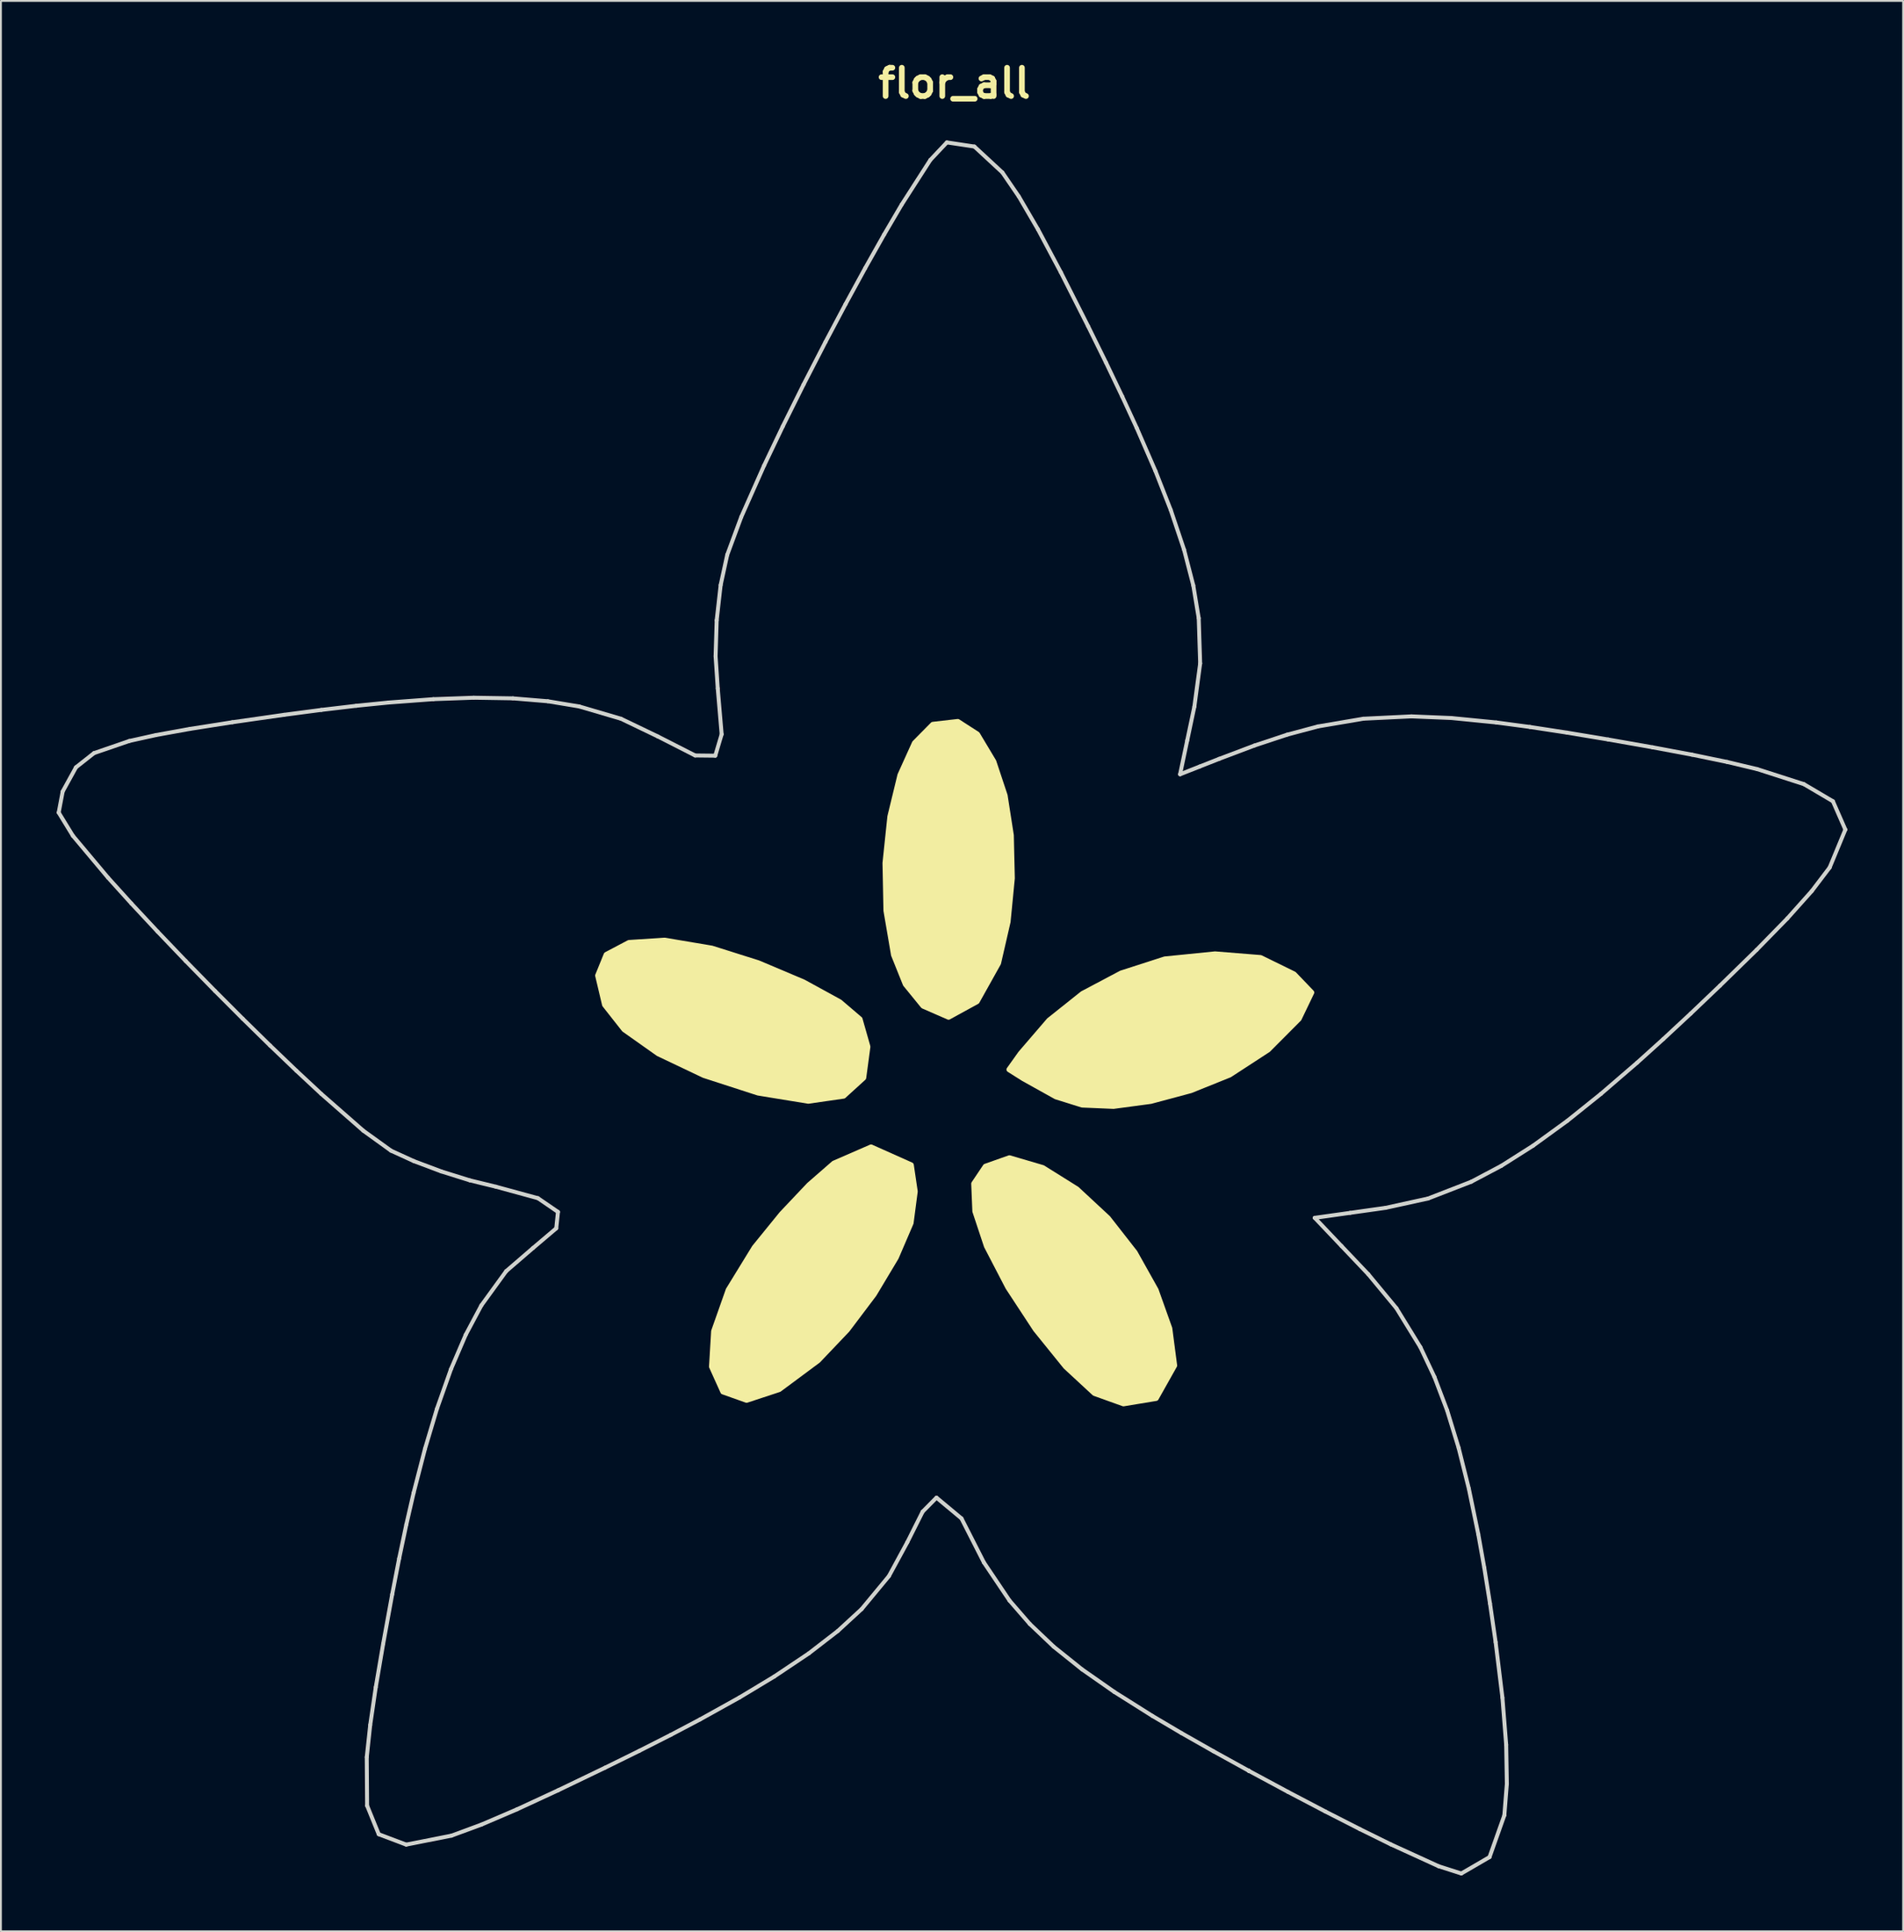
<source format=kicad_pcb>
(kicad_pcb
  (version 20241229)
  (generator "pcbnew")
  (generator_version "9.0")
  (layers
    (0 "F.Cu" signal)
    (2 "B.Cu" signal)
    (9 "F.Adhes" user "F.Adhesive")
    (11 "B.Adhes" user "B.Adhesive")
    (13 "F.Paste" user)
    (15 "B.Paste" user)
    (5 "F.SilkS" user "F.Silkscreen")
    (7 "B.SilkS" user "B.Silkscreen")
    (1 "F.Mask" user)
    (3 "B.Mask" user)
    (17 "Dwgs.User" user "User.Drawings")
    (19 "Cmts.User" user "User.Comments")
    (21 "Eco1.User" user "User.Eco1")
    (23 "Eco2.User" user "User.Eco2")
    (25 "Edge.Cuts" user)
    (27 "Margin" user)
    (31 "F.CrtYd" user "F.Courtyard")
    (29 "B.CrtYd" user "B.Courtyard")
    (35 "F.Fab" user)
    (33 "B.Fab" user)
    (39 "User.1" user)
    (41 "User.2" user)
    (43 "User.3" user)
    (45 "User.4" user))
  (footprint "flor_all"
    (layer "F.Cu")
    (at 48.275 51.103)
    (property "Reference" "flor_all" (at 0 -49.677 0) (layer "F.SilkS") (effects (font (size 1.524 1.524) (thickness 0.305))))
    (attr smd)
    (fp_poly (pts (xy -10.559 4.613) (xy -13.47 3.67) (xy -15.926 2.502) (xy -17.759 1.206) (xy -18.806 -0.123) (xy -19.178 -1.696) (xy -18.72 -2.821) (xy -17.5 -3.465) (xy -15.585 -3.589) (xy -13.043 -3.16) (xy -10.542 -2.369) (xy -8.118 -1.344) (xy -6.167 -0.275) (xy -5.084 0.649) (xy -4.662 2.13) (xy -4.887 3.802) (xy -5.961 4.78) (xy -7.86 5.054) (xy -10.559 4.613)) (stroke (width 0.286) (type solid)) (fill yes) (layer "F.SilkS"))
    (fp_poly (pts (xy 7.53 20.766) (xy 5.981 19.333) (xy 4.365 17.334) (xy 2.881 15.072) (xy 1.728 12.853) (xy 1.106 10.98) (xy 1.045 9.495) (xy 1.668 8.567) (xy 2.955 8.112) (xy 4.749 8.639) (xy 6.579 9.784) (xy 8.257 11.343) (xy 9.704 13.194) (xy 10.836 15.214) (xy 11.573 17.282) (xy 11.833 19.274) (xy 10.843 21.035) (xy 9.089 21.326) (xy 7.53 20.766)) (stroke (width 0.286) (type solid)) (fill yes) (layer "F.SilkS"))
    (fp_poly (pts (xy -12.445 20.685) (xy -13.055 19.335) (xy -12.941 17.429) (xy -12.157 15.209) (xy -10.754 12.923) (xy -9.287 11.118) (xy -7.818 9.564) (xy -6.484 8.401) (xy -4.483 7.53) (xy -2.328 8.493) (xy -2.117 9.915) (xy -2.34 11.61) (xy -3.137 13.466) (xy -4.322 15.445) (xy -5.763 17.355) (xy -7.331 19.003) (xy -9.425 20.558) (xy -11.177 21.135) (xy -12.445 20.685) (xy -12.445 20.685)) (stroke (width 0.286) (type solid)) (fill yes) (layer "F.SilkS"))
    (fp_poly (pts (xy -1.681 -0.059) (xy -2.634 -1.229) (xy -3.267 -2.805) (xy -3.674 -5.186) (xy -3.726 -7.743) (xy -3.463 -10.249) (xy -2.922 -12.477) (xy -2.142 -14.201) (xy -1.161 -15.195) (xy 0.181 -15.349) (xy 1.23 -14.673) (xy 2.109 -13.205) (xy 2.717 -11.376) (xy 3.05 -9.237) (xy 3.104 -6.928) (xy 2.876 -4.59) (xy 2.364 -2.362) (xy 1.212 -0.3) (xy -0.315 0.537) (xy -1.681 -0.059)) (stroke (width 0.286) (type solid)) (fill yes) (layer "F.SilkS"))
    (fp_poly (pts (xy 6.866 5.259) (xy 5.46 4.819) (xy 3.709 3.844) (xy 2.94 3.358) (xy 3.561 2.488) (xy 5.086 0.714) (xy 6.89 -0.724) (xy 8.969 -1.824) (xy 11.315 -2.58) (xy 14.014 -2.851) (xy 16.459 -2.655) (xy 18.259 -1.773) (xy 19.207 -0.784) (xy 18.528 0.629) (xy 16.87 2.294) (xy 14.797 3.644) (xy 12.703 4.487) (xy 10.563 5.061) (xy 8.556 5.331) (xy 6.866 5.259)) (stroke (width 0.286) (type solid)) (fill yes) (layer "F.SilkS"))
    (fp_line (start -48.169 -10.458) (end -47.954 -11.593) (stroke (width 0.212) (type solid)) (layer "Edge.Cuts"))
    (fp_line (start -47.954 -11.593) (end -47.238 -12.894) (stroke (width 0.212) (type solid)) (layer "Edge.Cuts"))
    (fp_line (start -47.405 -9.211) (end -48.169 -10.458) (stroke (width 0.212) (type solid)) (layer "Edge.Cuts"))
    (fp_line (start -47.238 -12.894) (end -46.27 -13.657) (stroke (width 0.212) (type solid)) (layer "Edge.Cuts"))
    (fp_line (start -46.27 -13.657) (end -44.372 -14.309) (stroke (width 0.212) (type solid)) (layer "Edge.Cuts"))
    (fp_line (start -45.517 -6.961) (end -47.405 -9.211) (stroke (width 0.212) (type solid)) (layer "Edge.Cuts"))
    (fp_line (start -44.372 -14.309) (end -42.938 -14.627) (stroke (width 0.212) (type solid)) (layer "Edge.Cuts"))
    (fp_line (start -44.26 -5.57) (end -45.517 -6.961) (stroke (width 0.212) (type solid)) (layer "Edge.Cuts"))
    (fp_line (start -42.938 -14.627) (end -41.108 -14.959) (stroke (width 0.212) (type solid)) (layer "Edge.Cuts"))
    (fp_line (start -42.853 -4.061) (end -44.26 -5.57) (stroke (width 0.212) (type solid)) (layer "Edge.Cuts"))
    (fp_line (start -41.338 -2.477) (end -42.853 -4.061) (stroke (width 0.212) (type solid)) (layer "Edge.Cuts"))
    (fp_line (start -41.108 -14.959) (end -38.829 -15.317) (stroke (width 0.212) (type solid)) (layer "Edge.Cuts"))
    (fp_line (start -39.759 -0.864) (end -41.338 -2.477) (stroke (width 0.212) (type solid)) (layer "Edge.Cuts"))
    (fp_line (start -38.829 -15.317) (end -36.045 -15.716) (stroke (width 0.212) (type solid)) (layer "Edge.Cuts"))
    (fp_line (start -38.271 0.626) (end -39.759 -0.864) (stroke (width 0.212) (type solid)) (layer "Edge.Cuts"))
    (fp_line (start -36.799 2.069) (end -38.271 0.626) (stroke (width 0.212) (type solid)) (layer "Edge.Cuts"))
    (fp_line (start -36.045 -15.716) (end -34.044 -15.98) (stroke (width 0.212) (type solid)) (layer "Edge.Cuts"))
    (fp_line (start -35.38 3.428) (end -36.799 2.069) (stroke (width 0.212) (type solid)) (layer "Edge.Cuts"))
    (fp_line (start -34.049 4.667) (end -35.38 3.428) (stroke (width 0.212) (type solid)) (layer "Edge.Cuts"))
    (fp_line (start -34.044 -15.98) (end -32.173 -16.201) (stroke (width 0.212) (type solid)) (layer "Edge.Cuts"))
    (fp_line (start -32.173 -16.201) (end -30.425 -16.377) (stroke (width 0.212) (type solid)) (layer "Edge.Cuts"))
    (fp_line (start -31.788 6.647) (end -34.049 4.667) (stroke (width 0.212) (type solid)) (layer "Edge.Cuts"))
    (fp_line (start -31.603 40.334) (end -31.417 38.604) (stroke (width 0.212) (type solid)) (layer "Edge.Cuts"))
    (fp_line (start -31.584 42.94) (end -31.603 40.334) (stroke (width 0.212) (type solid)) (layer "Edge.Cuts"))
    (fp_line (start -31.417 38.604) (end -31.119 36.575) (stroke (width 0.212) (type solid)) (layer "Edge.Cuts"))
    (fp_line (start -31.119 36.575) (end -30.72 34.238) (stroke (width 0.212) (type solid)) (layer "Edge.Cuts"))
    (fp_line (start -30.958 44.478) (end -31.584 42.94) (stroke (width 0.212) (type solid)) (layer "Edge.Cuts"))
    (fp_line (start -30.72 34.238) (end -30.235 31.58) (stroke (width 0.212) (type solid)) (layer "Edge.Cuts"))
    (fp_line (start -30.425 -16.377) (end -28.019 -16.557) (stroke (width 0.212) (type solid)) (layer "Edge.Cuts"))
    (fp_line (start -30.297 7.722) (end -31.788 6.647) (stroke (width 0.212) (type solid)) (layer "Edge.Cuts"))
    (fp_line (start -30.235 31.58) (end -29.861 29.652) (stroke (width 0.212) (type solid)) (layer "Edge.Cuts"))
    (fp_line (start -29.861 29.652) (end -29.477 27.833) (stroke (width 0.212) (type solid)) (layer "Edge.Cuts"))
    (fp_line (start -29.482 45.036) (end -30.958 44.478) (stroke (width 0.212) (type solid)) (layer "Edge.Cuts"))
    (fp_line (start -29.477 27.833) (end -29.083 26.12) (stroke (width 0.212) (type solid)) (layer "Edge.Cuts"))
    (fp_line (start -29.083 26.12) (end -28.47 23.748) (stroke (width 0.212) (type solid)) (layer "Edge.Cuts"))
    (fp_line (start -29.068 8.284) (end -30.297 7.722) (stroke (width 0.212) (type solid)) (layer "Edge.Cuts"))
    (fp_line (start -28.47 23.748) (end -27.831 21.609) (stroke (width 0.212) (type solid)) (layer "Edge.Cuts"))
    (fp_line (start -28.019 -16.557) (end -25.851 -16.635) (stroke (width 0.212) (type solid)) (layer "Edge.Cuts"))
    (fp_line (start -27.831 21.609) (end -27.074 19.469) (stroke (width 0.212) (type solid)) (layer "Edge.Cuts"))
    (fp_line (start -27.595 8.837) (end -29.068 8.284) (stroke (width 0.212) (type solid)) (layer "Edge.Cuts"))
    (fp_line (start -27.074 19.469) (end -26.278 17.615) (stroke (width 0.212) (type solid)) (layer "Edge.Cuts"))
    (fp_line (start -27.047 44.554) (end -29.482 45.036) (stroke (width 0.212) (type solid)) (layer "Edge.Cuts"))
    (fp_line (start -26.278 17.615) (end -25.441 16.043) (stroke (width 0.212) (type solid)) (layer "Edge.Cuts"))
    (fp_line (start -26.064 9.316) (end -27.595 8.837) (stroke (width 0.212) (type solid)) (layer "Edge.Cuts"))
    (fp_line (start -25.851 -16.635) (end -23.747 -16.601) (stroke (width 0.212) (type solid)) (layer "Edge.Cuts"))
    (fp_line (start -25.441 16.043) (end -24.104 14.199) (stroke (width 0.212) (type solid)) (layer "Edge.Cuts"))
    (fp_line (start -25.43 43.957) (end -27.047 44.554) (stroke (width 0.212) (type solid)) (layer "Edge.Cuts"))
    (fp_line (start -24.659 9.659) (end -26.064 9.316) (stroke (width 0.212) (type solid)) (layer "Edge.Cuts"))
    (fp_line (start -24.104 14.199) (end -22.661 12.955) (stroke (width 0.212) (type solid)) (layer "Edge.Cuts"))
    (fp_line (start -23.747 -16.601) (end -21.865 -16.445) (stroke (width 0.212) (type solid)) (layer "Edge.Cuts"))
    (fp_line (start -23.524 43.139) (end -25.43 43.957) (stroke (width 0.212) (type solid)) (layer "Edge.Cuts"))
    (fp_line (start -22.661 12.955) (end -21.413 11.897) (stroke (width 0.212) (type solid)) (layer "Edge.Cuts"))
    (fp_line (start -22.396 10.277) (end -24.659 9.659) (stroke (width 0.212) (type solid)) (layer "Edge.Cuts"))
    (fp_line (start -21.865 -16.445) (end -20.174 -16.164) (stroke (width 0.212) (type solid)) (layer "Edge.Cuts"))
    (fp_line (start -21.413 11.897) (end -21.32 11.014) (stroke (width 0.212) (type solid)) (layer "Edge.Cuts"))
    (fp_line (start -21.32 11.014) (end -22.396 10.277) (stroke (width 0.212) (type solid)) (layer "Edge.Cuts"))
    (fp_line (start -21.313 42.115) (end -23.524 43.139) (stroke (width 0.212) (type solid)) (layer "Edge.Cuts"))
    (fp_line (start -20.174 -16.164) (end -17.933 -15.505) (stroke (width 0.212) (type solid)) (layer "Edge.Cuts"))
    (fp_line (start -18.781 40.897) (end -21.313 42.115) (stroke (width 0.212) (type solid)) (layer "Edge.Cuts"))
    (fp_line (start -17.933 -15.505) (end -15.956 -14.555) (stroke (width 0.212) (type solid)) (layer "Edge.Cuts"))
    (fp_line (start -16.95 39.995) (end -18.781 40.897) (stroke (width 0.212) (type solid)) (layer "Edge.Cuts"))
    (fp_line (start -15.956 -14.555) (end -13.945 -13.53) (stroke (width 0.212) (type solid)) (layer "Edge.Cuts"))
    (fp_line (start -15.252 39.133) (end -16.95 39.995) (stroke (width 0.212) (type solid)) (layer "Edge.Cuts"))
    (fp_line (start -13.945 -13.53) (end -12.861 -13.518) (stroke (width 0.212) (type solid)) (layer "Edge.Cuts"))
    (fp_line (start -13.682 38.305) (end -15.252 39.133) (stroke (width 0.212) (type solid)) (layer "Edge.Cuts"))
    (fp_line (start -12.861 -13.518) (end -12.518 -14.67) (stroke (width 0.212) (type solid)) (layer "Edge.Cuts"))
    (fp_line (start -12.844 -18.865) (end -12.786 -20.797) (stroke (width 0.212) (type solid)) (layer "Edge.Cuts"))
    (fp_line (start -12.786 -20.797) (end -12.572 -22.693) (stroke (width 0.212) (type solid)) (layer "Edge.Cuts"))
    (fp_line (start -12.728 -17.132) (end -12.844 -18.865) (stroke (width 0.212) (type solid)) (layer "Edge.Cuts"))
    (fp_line (start -12.572 -22.693) (end -12.218 -24.318) (stroke (width 0.212) (type solid)) (layer "Edge.Cuts"))
    (fp_line (start -12.518 -14.67) (end -12.728 -17.132) (stroke (width 0.212) (type solid)) (layer "Edge.Cuts"))
    (fp_line (start -12.218 -24.318) (end -11.464 -26.355) (stroke (width 0.212) (type solid)) (layer "Edge.Cuts"))
    (fp_line (start -11.556 37.123) (end -13.682 38.305) (stroke (width 0.212) (type solid)) (layer "Edge.Cuts"))
    (fp_line (start -11.464 -26.355) (end -10.238 -29.118) (stroke (width 0.212) (type solid)) (layer "Edge.Cuts"))
    (fp_line (start -10.238 -29.118) (end -9.228 -31.233) (stroke (width 0.212) (type solid)) (layer "Edge.Cuts"))
    (fp_line (start -9.691 35.999) (end -11.556 37.123) (stroke (width 0.212) (type solid)) (layer "Edge.Cuts"))
    (fp_line (start -9.228 -31.233) (end -8.114 -33.475) (stroke (width 0.212) (type solid)) (layer "Edge.Cuts"))
    (fp_line (start -8.114 -33.475) (end -6.936 -35.763) (stroke (width 0.212) (type solid)) (layer "Edge.Cuts"))
    (fp_line (start -7.831 34.753) (end -9.691 35.999) (stroke (width 0.212) (type solid)) (layer "Edge.Cuts"))
    (fp_line (start -6.936 -35.763) (end -5.862 -37.789) (stroke (width 0.212) (type solid)) (layer "Edge.Cuts"))
    (fp_line (start -6.273 33.55) (end -7.831 34.753) (stroke (width 0.212) (type solid)) (layer "Edge.Cuts"))
    (fp_line (start -5.862 -37.789) (end -4.801 -39.733) (stroke (width 0.212) (type solid)) (layer "Edge.Cuts"))
    (fp_line (start -4.99 32.37) (end -6.273 33.55) (stroke (width 0.212) (type solid)) (layer "Edge.Cuts"))
    (fp_line (start -4.801 -39.733) (end -3.784 -41.538) (stroke (width 0.212) (type solid)) (layer "Edge.Cuts"))
    (fp_line (start -3.784 -41.538) (end -2.84 -43.147) (stroke (width 0.212) (type solid)) (layer "Edge.Cuts"))
    (fp_line (start -3.526 30.602) (end -4.99 32.37) (stroke (width 0.212) (type solid)) (layer "Edge.Cuts"))
    (fp_line (start -2.84 -43.147) (end -1.295 -45.553) (stroke (width 0.212) (type solid)) (layer "Edge.Cuts"))
    (fp_line (start -2.535 28.778) (end -3.526 30.602) (stroke (width 0.212) (type solid)) (layer "Edge.Cuts"))
    (fp_line (start -1.71 27.133) (end -2.535 28.778) (stroke (width 0.212) (type solid)) (layer "Edge.Cuts"))
    (fp_line (start -1.295 -45.553) (end -0.407 -46.495) (stroke (width 0.212) (type solid)) (layer "Edge.Cuts"))
    (fp_line (start -0.965 26.378) (end -1.71 27.133) (stroke (width 0.212) (type solid)) (layer "Edge.Cuts"))
    (fp_line (start -0.407 -46.495) (end 1.072 -46.273) (stroke (width 0.212) (type solid)) (layer "Edge.Cuts"))
    (fp_line (start 0.379 27.497) (end -0.965 26.378) (stroke (width 0.212) (type solid)) (layer "Edge.Cuts"))
    (fp_line (start 1.072 -46.273) (end 2.579 -44.878) (stroke (width 0.212) (type solid)) (layer "Edge.Cuts"))
    (fp_line (start 1.584 29.864) (end 0.379 27.497) (stroke (width 0.212) (type solid)) (layer "Edge.Cuts"))
    (fp_line (start 2.579 -44.878) (end 3.461 -43.588) (stroke (width 0.212) (type solid)) (layer "Edge.Cuts"))
    (fp_line (start 2.963 31.915) (end 1.584 29.864) (stroke (width 0.212) (type solid)) (layer "Edge.Cuts"))
    (fp_line (start 3.461 -43.588) (end 4.492 -41.82) (stroke (width 0.212) (type solid)) (layer "Edge.Cuts"))
    (fp_line (start 4.055 33.173) (end 2.963 31.915) (stroke (width 0.212) (type solid)) (layer "Edge.Cuts"))
    (fp_line (start 4.492 -41.82) (end 5.72 -39.513) (stroke (width 0.212) (type solid)) (layer "Edge.Cuts"))
    (fp_line (start 5.337 34.391) (end 4.055 33.173) (stroke (width 0.212) (type solid)) (layer "Edge.Cuts"))
    (fp_line (start 5.72 -39.513) (end 7.19 -36.606) (stroke (width 0.212) (type solid)) (layer "Edge.Cuts"))
    (fp_line (start 6.856 35.608) (end 5.337 34.391) (stroke (width 0.212) (type solid)) (layer "Edge.Cuts"))
    (fp_line (start 7.19 -36.606) (end 8.153 -34.651) (stroke (width 0.212) (type solid)) (layer "Edge.Cuts"))
    (fp_line (start 8.153 -34.651) (end 9.022 -32.832) (stroke (width 0.212) (type solid)) (layer "Edge.Cuts"))
    (fp_line (start 8.598 36.826) (end 6.856 35.608) (stroke (width 0.212) (type solid)) (layer "Edge.Cuts"))
    (fp_line (start 9.022 -32.832) (end 9.802 -31.142) (stroke (width 0.212) (type solid)) (layer "Edge.Cuts"))
    (fp_line (start 9.802 -31.142) (end 10.809 -28.824) (stroke (width 0.212) (type solid)) (layer "Edge.Cuts"))
    (fp_line (start 10.647 38.117) (end 8.598 36.826) (stroke (width 0.212) (type solid)) (layer "Edge.Cuts"))
    (fp_line (start 10.809 -28.824) (end 11.628 -26.74) (stroke (width 0.212) (type solid)) (layer "Edge.Cuts"))
    (fp_line (start 11.628 -26.74) (end 12.347 -24.598) (stroke (width 0.212) (type solid)) (layer "Edge.Cuts"))
    (fp_line (start 12.134 -12.518) (end 13.185 -12.933) (stroke (width 0.212) (type solid)) (layer "Edge.Cuts"))
    (fp_line (start 12.204 39.037) (end 10.647 38.117) (stroke (width 0.212) (type solid)) (layer "Edge.Cuts"))
    (fp_line (start 12.347 -24.598) (end 12.845 -22.671) (stroke (width 0.212) (type solid)) (layer "Edge.Cuts"))
    (fp_line (start 12.517 -14.334) (end 12.134 -12.518) (stroke (width 0.212) (type solid)) (layer "Edge.Cuts"))
    (fp_line (start 12.845 -22.671) (end 13.136 -20.912) (stroke (width 0.212) (type solid)) (layer "Edge.Cuts"))
    (fp_line (start 12.901 -16.151) (end 12.517 -14.334) (stroke (width 0.212) (type solid)) (layer "Edge.Cuts"))
    (fp_line (start 13.136 -20.912) (end 13.214 -18.48) (stroke (width 0.212) (type solid)) (layer "Edge.Cuts"))
    (fp_line (start 13.185 -12.933) (end 14.237 -13.348) (stroke (width 0.212) (type solid)) (layer "Edge.Cuts"))
    (fp_line (start 13.214 -18.48) (end 12.901 -16.151) (stroke (width 0.212) (type solid)) (layer "Edge.Cuts"))
    (fp_line (start 13.928 40.016) (end 12.204 39.037) (stroke (width 0.212) (type solid)) (layer "Edge.Cuts"))
    (fp_line (start 14.237 -13.348) (end 16.14 -14.067) (stroke (width 0.212) (type solid)) (layer "Edge.Cuts"))
    (fp_line (start 15.831 41.067) (end 15.831 41.067) (stroke (width 0.212) (type solid)) (layer "Edge.Cuts"))
    (fp_line (start 15.831 41.067) (end 13.928 40.016) (stroke (width 0.212) (type solid)) (layer "Edge.Cuts"))
    (fp_line (start 15.831 41.067) (end 15.831 41.067) (stroke (width 0.212) (type solid)) (layer "Edge.Cuts"))
    (fp_line (start 15.832 41.068) (end 15.831 41.067) (stroke (width 0.212) (type solid)) (layer "Edge.Cuts"))
    (fp_line (start 16.14 -14.067) (end 17.889 -14.647) (stroke (width 0.212) (type solid)) (layer "Edge.Cuts"))
    (fp_line (start 17.889 -14.647) (end 19.545 -15.09) (stroke (width 0.212) (type solid)) (layer "Edge.Cuts"))
    (fp_line (start 17.94 42.203) (end 15.832 41.068) (stroke (width 0.212) (type solid)) (layer "Edge.Cuts"))
    (fp_line (start 19.375 11.333) (end 20.815 12.849) (stroke (width 0.212) (type solid)) (layer "Edge.Cuts"))
    (fp_line (start 19.545 -15.09) (end 21.991 -15.506) (stroke (width 0.212) (type solid)) (layer "Edge.Cuts"))
    (fp_line (start 19.948 43.256) (end 17.94 42.203) (stroke (width 0.212) (type solid)) (layer "Edge.Cuts"))
    (fp_line (start 20.815 12.849) (end 22.255 14.366) (stroke (width 0.212) (type solid)) (layer "Edge.Cuts"))
    (fp_line (start 21.281 11.064) (end 19.375 11.333) (stroke (width 0.212) (type solid)) (layer "Edge.Cuts"))
    (fp_line (start 21.808 44.205) (end 19.948 43.256) (stroke (width 0.212) (type solid)) (layer "Edge.Cuts"))
    (fp_line (start 21.991 -15.506) (end 24.574 -15.632) (stroke (width 0.212) (type solid)) (layer "Edge.Cuts"))
    (fp_line (start 22.255 14.366) (end 23.766 16.19) (stroke (width 0.212) (type solid)) (layer "Edge.Cuts"))
    (fp_line (start 23.187 10.795) (end 21.281 11.064) (stroke (width 0.212) (type solid)) (layer "Edge.Cuts"))
    (fp_line (start 23.474 45.026) (end 21.808 44.205) (stroke (width 0.212) (type solid)) (layer "Edge.Cuts"))
    (fp_line (start 23.766 16.19) (end 25.057 18.289) (stroke (width 0.212) (type solid)) (layer "Edge.Cuts"))
    (fp_line (start 24.574 -15.632) (end 26.715 -15.544) (stroke (width 0.212) (type solid)) (layer "Edge.Cuts"))
    (fp_line (start 25.057 18.289) (end 25.812 19.889) (stroke (width 0.212) (type solid)) (layer "Edge.Cuts"))
    (fp_line (start 25.469 10.294) (end 23.187 10.795) (stroke (width 0.212) (type solid)) (layer "Edge.Cuts"))
    (fp_line (start 25.812 19.889) (end 26.494 21.685) (stroke (width 0.212) (type solid)) (layer "Edge.Cuts"))
    (fp_line (start 26.036 46.198) (end 23.474 45.026) (stroke (width 0.212) (type solid)) (layer "Edge.Cuts"))
    (fp_line (start 26.494 21.685) (end 27.113 23.704) (stroke (width 0.212) (type solid)) (layer "Edge.Cuts"))
    (fp_line (start 26.715 -15.544) (end 29.134 -15.305) (stroke (width 0.212) (type solid)) (layer "Edge.Cuts"))
    (fp_line (start 27.113 23.704) (end 27.662 25.895) (stroke (width 0.212) (type solid)) (layer "Edge.Cuts"))
    (fp_line (start 27.257 46.589) (end 26.036 46.198) (stroke (width 0.212) (type solid)) (layer "Edge.Cuts"))
    (fp_line (start 27.662 25.895) (end 28.17 28.348) (stroke (width 0.212) (type solid)) (layer "Edge.Cuts"))
    (fp_line (start 27.79 9.393) (end 25.469 10.294) (stroke (width 0.212) (type solid)) (layer "Edge.Cuts"))
    (fp_line (start 28.17 28.348) (end 28.491 30.143) (stroke (width 0.212) (type solid)) (layer "Edge.Cuts"))
    (fp_line (start 28.491 30.143) (end 28.8 32.073) (stroke (width 0.212) (type solid)) (layer "Edge.Cuts"))
    (fp_line (start 28.775 45.706) (end 27.257 46.589) (stroke (width 0.212) (type solid)) (layer "Edge.Cuts"))
    (fp_line (start 28.8 32.073) (end 29.102 34.147) (stroke (width 0.212) (type solid)) (layer "Edge.Cuts"))
    (fp_line (start 29.102 34.147) (end 29.468 37.134) (stroke (width 0.212) (type solid)) (layer "Edge.Cuts"))
    (fp_line (start 29.134 -15.305) (end 30.944 -15.063) (stroke (width 0.212) (type solid)) (layer "Edge.Cuts"))
    (fp_line (start 29.409 8.536) (end 27.79 9.393) (stroke (width 0.212) (type solid)) (layer "Edge.Cuts"))
    (fp_line (start 29.468 37.134) (end 29.67 39.667) (stroke (width 0.212) (type solid)) (layer "Edge.Cuts"))
    (fp_line (start 29.571 43.459) (end 28.775 45.706) (stroke (width 0.212) (type solid)) (layer "Edge.Cuts"))
    (fp_line (start 29.67 39.667) (end 29.706 41.768) (stroke (width 0.212) (type solid)) (layer "Edge.Cuts"))
    (fp_line (start 29.706 41.768) (end 29.571 43.459) (stroke (width 0.212) (type solid)) (layer "Edge.Cuts"))
    (fp_line (start 30.944 -15.063) (end 32.941 -14.757) (stroke (width 0.212) (type solid)) (layer "Edge.Cuts"))
    (fp_line (start 31.123 7.449) (end 29.409 8.536) (stroke (width 0.212) (type solid)) (layer "Edge.Cuts"))
    (fp_line (start 32.941 -14.757) (end 35.151 -14.389) (stroke (width 0.212) (type solid)) (layer "Edge.Cuts"))
    (fp_line (start 32.962 6.113) (end 31.123 7.449) (stroke (width 0.212) (type solid)) (layer "Edge.Cuts"))
    (fp_line (start 34.763 4.668) (end 32.962 6.113) (stroke (width 0.212) (type solid)) (layer "Edge.Cuts"))
    (fp_line (start 35.151 -14.389) (end 37.54 -13.969) (stroke (width 0.212) (type solid)) (layer "Edge.Cuts"))
    (fp_line (start 36.716 2.986) (end 34.763 4.668) (stroke (width 0.212) (type solid)) (layer "Edge.Cuts"))
    (fp_line (start 37.54 -13.969) (end 39.67 -13.57) (stroke (width 0.212) (type solid)) (layer "Edge.Cuts"))
    (fp_line (start 38.113 1.725) (end 36.716 2.986) (stroke (width 0.212) (type solid)) (layer "Edge.Cuts"))
    (fp_line (start 39.595 0.347) (end 38.113 1.725) (stroke (width 0.212) (type solid)) (layer "Edge.Cuts"))
    (fp_line (start 39.67 -13.57) (end 41.544 -13.183) (stroke (width 0.212) (type solid)) (layer "Edge.Cuts"))
    (fp_line (start 41.167 -1.153) (end 39.595 0.347) (stroke (width 0.212) (type solid)) (layer "Edge.Cuts"))
    (fp_line (start 41.544 -13.183) (end 43.167 -12.796) (stroke (width 0.212) (type solid)) (layer "Edge.Cuts"))
    (fp_line (start 43.142 -3.081) (end 41.167 -1.153) (stroke (width 0.212) (type solid)) (layer "Edge.Cuts"))
    (fp_line (start 43.167 -12.796) (end 45.679 -11.988) (stroke (width 0.212) (type solid)) (layer "Edge.Cuts"))
    (fp_line (start 44.789 -4.767) (end 43.142 -3.081) (stroke (width 0.212) (type solid)) (layer "Edge.Cuts"))
    (fp_line (start 45.679 -11.988) (end 47.241 -11.066) (stroke (width 0.212) (type solid)) (layer "Edge.Cuts"))
    (fp_line (start 46.1 -6.234) (end 44.789 -4.767) (stroke (width 0.212) (type solid)) (layer "Edge.Cuts"))
    (fp_line (start 47.064 -7.503) (end 46.1 -6.234) (stroke (width 0.212) (type solid)) (layer "Edge.Cuts"))
    (fp_line (start 47.241 -11.066) (end 47.908 -9.543) (stroke (width 0.212) (type solid)) (layer "Edge.Cuts"))
    (fp_line (start 47.908 -9.543) (end 47.064 -7.503) (stroke (width 0.212) (type solid)) (layer "Edge.Cuts")))
  (gr_rect
    (start -3 -3)
    (end 99.289 100.798)
    (stroke (width 0.1) (type default))
    (fill no)
    (layer "Edge.Cuts")))
</source>
